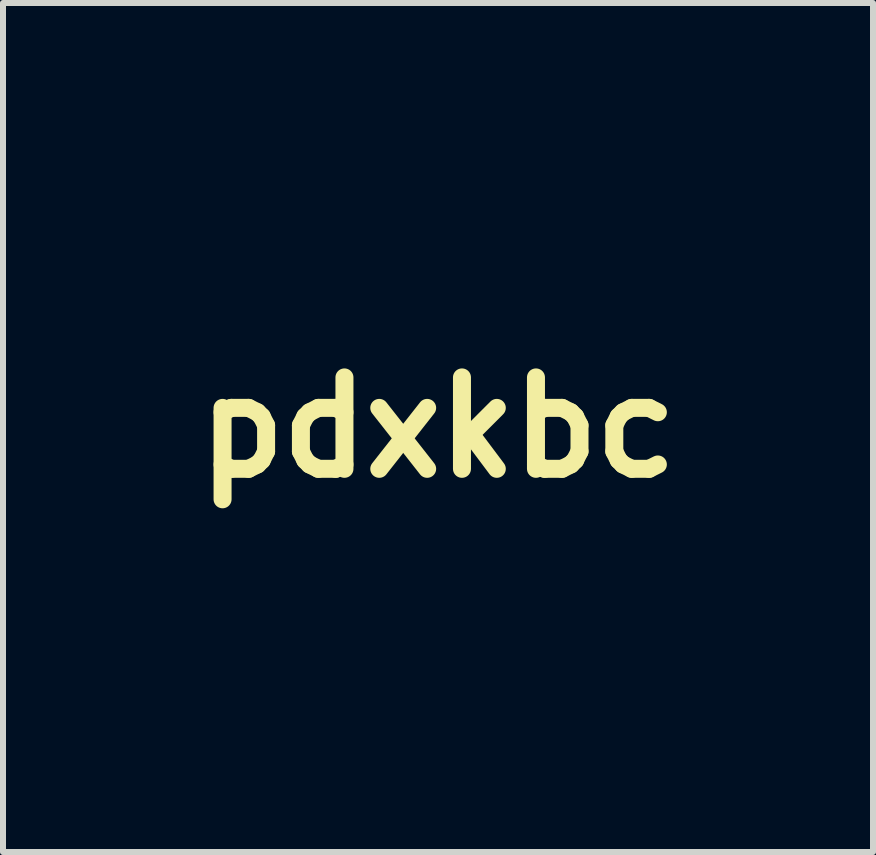
<source format=kicad_pcb>
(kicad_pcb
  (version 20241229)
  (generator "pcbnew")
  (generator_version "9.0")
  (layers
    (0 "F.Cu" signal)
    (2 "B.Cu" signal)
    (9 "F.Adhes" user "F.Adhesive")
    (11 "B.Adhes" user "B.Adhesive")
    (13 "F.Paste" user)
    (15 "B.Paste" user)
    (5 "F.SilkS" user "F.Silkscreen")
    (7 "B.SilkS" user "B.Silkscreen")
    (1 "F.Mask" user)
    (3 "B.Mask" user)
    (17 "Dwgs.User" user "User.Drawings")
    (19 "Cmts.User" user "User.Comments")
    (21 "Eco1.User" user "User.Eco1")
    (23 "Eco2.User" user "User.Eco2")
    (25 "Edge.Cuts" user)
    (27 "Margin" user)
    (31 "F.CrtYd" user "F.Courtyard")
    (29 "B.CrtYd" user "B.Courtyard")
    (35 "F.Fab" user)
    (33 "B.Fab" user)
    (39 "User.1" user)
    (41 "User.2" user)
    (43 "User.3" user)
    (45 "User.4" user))
  (footprint "pdxkbc"
    (layer "F.Cu")
    (at 4.253 4.077)
    (property "Reference" "pdxkbc" (at 0 0 0) (layer "F.SilkS") (effects (font (size 1.524 1.524) (thickness 0.3))))
    (attr through_hole)
    (fp_poly (pts (xy 1.239 -4.005) (xy 1.304 -3.937) (xy 1.304 -2.119) (xy 1.304 -0.3) (xy 1.172 -0.169) (xy -1.304 -0.169) (xy -1.304 -3.421) (xy -0.652 -3.421) (xy -0.652 -0.813) (xy 0.652 -0.813) (xy 0.652 -3.421) (xy -0.652 -3.421) (xy -1.304 -3.421) (xy -1.304 -4.072) (xy 1.175 -4.072) (xy 1.239 -4.005)) (stroke (width 0.01) (type solid)) (fill yes) (layer "F.Mask"))
    (fp_poly (pts (xy 4.233 1.202) (xy 3.581 1.202) (xy 3.581 0.813) (xy 2.278 0.813) (xy 2.278 3.421) (xy 3.581 3.421) (xy 3.581 3.031) (xy 4.233 3.031) (xy 4.233 4.072) (xy 1.756 4.072) (xy 1.626 3.941) (xy 1.626 0.303) (xy 1.691 0.232) (xy 1.757 0.161) (xy 2.995 0.161) (xy 4.233 0.161) (xy 4.233 1.202)) (stroke (width 0.01) (type solid)) (fill yes) (layer "F.Mask"))
    (fp_poly (pts (xy -1.695 -4.007) (xy -1.625 -3.941) (xy -1.628 -3.024) (xy -1.63 -2.106) (xy -2.125 -1.888) (xy -2.231 -1.841) (xy -2.348 -1.789) (xy -2.472 -1.735) (xy -2.6 -1.678) (xy -2.728 -1.622) (xy -2.853 -1.567) (xy -2.97 -1.515) (xy -3.076 -1.468) (xy -3.099 -1.458) (xy -3.577 -1.247) (xy -3.579 -0.708) (xy -3.582 -0.169) (xy -4.233 -0.169) (xy -4.233 -3.421) (xy -3.581 -3.421) (xy -3.581 -1.956) (xy -3.533 -1.977) (xy -3.517 -1.984) (xy -3.488 -1.997) (xy -3.445 -2.016) (xy -3.391 -2.04) (xy -3.327 -2.068) (xy -3.253 -2.1) (xy -3.172 -2.136) (xy -3.085 -2.174) (xy -2.993 -2.215) (xy -2.897 -2.257) (xy -2.883 -2.263) (xy -2.282 -2.528) (xy -2.28 -2.974) (xy -2.277 -3.421) (xy -3.581 -3.421) (xy -4.233 -3.421) (xy -4.233 -4.072) (xy -1.765 -4.072) (xy -1.695 -4.007)) (stroke (width 0.01) (type solid)) (fill yes) (layer "F.Mask"))
    (fp_poly (pts (xy 2.28 -3.419) (xy 2.282 -2.766) (xy 2.931 -2.481) (xy 3.174 -2.588) (xy 3.238 -2.616) (xy 3.302 -2.644) (xy 3.361 -2.67) (xy 3.415 -2.694) (xy 3.459 -2.713) (xy 3.491 -2.728) (xy 3.497 -2.73) (xy 3.577 -2.766) (xy 3.579 -3.419) (xy 3.582 -4.072) (xy 4.233 -4.072) (xy 4.231 -3.225) (xy 4.229 -2.377) (xy 3.909 -2.25) (xy 3.84 -2.222) (xy 3.776 -2.196) (xy 3.719 -2.173) (xy 3.67 -2.152) (xy 3.632 -2.136) (xy 3.605 -2.124) (xy 3.591 -2.118) (xy 3.59 -2.117) (xy 3.598 -2.113) (xy 3.619 -2.104) (xy 3.653 -2.089) (xy 3.698 -2.07) (xy 3.752 -2.048) (xy 3.814 -2.023) (xy 3.881 -1.996) (xy 3.91 -1.985) (xy 4.229 -1.858) (xy 4.231 -1.013) (xy 4.233 -0.169) (xy 3.581 -0.169) (xy 3.581 -0.828) (xy 3.581 -1.486) (xy 3.255 -1.629) (xy 2.93 -1.771) (xy 2.282 -1.485) (xy 2.28 -0.827) (xy 2.277 -0.169) (xy 1.626 -0.169) (xy 1.628 -1.013) (xy 1.63 -1.856) (xy 1.935 -1.978) (xy 2.003 -2.005) (xy 2.067 -2.031) (xy 2.126 -2.054) (xy 2.176 -2.074) (xy 2.216 -2.091) (xy 2.244 -2.102) (xy 2.259 -2.108) (xy 2.261 -2.109) (xy 2.265 -2.112) (xy 2.265 -2.115) (xy 2.259 -2.12) (xy 2.247 -2.128) (xy 2.227 -2.137) (xy 2.197 -2.151) (xy 2.157 -2.167) (xy 2.105 -2.189) (xy 2.04 -2.215) (xy 1.961 -2.247) (xy 1.954 -2.25) (xy 1.626 -2.381) (xy 1.626 -4.072) (xy 2.277 -4.072) (xy 2.28 -3.419)) (stroke (width 0.01) (type solid)) (fill yes) (layer "F.Mask"))
    (fp_poly (pts (xy 1.234 0.231) (xy 1.304 0.301) (xy 1.304 2.096) (xy 1.194 2.151) (xy 1.155 2.17) (xy 1.122 2.187) (xy 1.098 2.2) (xy 1.085 2.208) (xy 1.084 2.21) (xy 1.091 2.214) (xy 1.112 2.224) (xy 1.142 2.237) (xy 1.18 2.252) (xy 1.192 2.257) (xy 1.3 2.299) (xy 1.304 3.93) (xy 1.174 4.072) (xy -1.304 4.072) (xy -1.304 2.798) (xy -0.652 2.798) (xy -0.652 3.421) (xy 0.652 3.421) (xy 0.65 3.076) (xy 0.648 2.731) (xy 0.004 2.454) (xy -0.094 2.411) (xy -0.189 2.371) (xy -0.277 2.333) (xy -0.359 2.298) (xy -0.433 2.266) (xy -0.498 2.239) (xy -0.552 2.215) (xy -0.595 2.197) (xy -0.626 2.184) (xy -0.643 2.178) (xy -0.646 2.176) (xy -0.647 2.185) (xy -0.648 2.208) (xy -0.649 2.246) (xy -0.649 2.297) (xy -0.65 2.36) (xy -0.651 2.433) (xy -0.651 2.515) (xy -0.652 2.605) (xy -0.652 2.701) (xy -0.652 2.798) (xy -1.304 2.798) (xy -1.304 0.813) (xy -0.652 0.813) (xy -0.648 1.466) (xy -0.004 1.744) (xy 0.094 1.787) (xy 0.189 1.828) (xy 0.277 1.866) (xy 0.359 1.901) (xy 0.433 1.933) (xy 0.498 1.961) (xy 0.552 1.984) (xy 0.595 2.002) (xy 0.626 2.015) (xy 0.643 2.022) (xy 0.646 2.023) (xy 0.647 2.015) (xy 0.648 1.991) (xy 0.649 1.953) (xy 0.649 1.902) (xy 0.65 1.84) (xy 0.651 1.767) (xy 0.651 1.685) (xy 0.652 1.596) (xy 0.652 1.501) (xy 0.652 1.418) (xy 0.652 0.813) (xy -0.652 0.813) (xy -1.304 0.813) (xy -1.304 0.161) (xy 1.165 0.161) (xy 1.234 0.231)) (stroke (width 0.01) (type solid)) (fill yes) (layer "F.Mask"))
    (fp_poly (pts (xy -1.632 -1.769) (xy -1.631 -1.744) (xy -1.63 -1.705) (xy -1.629 -1.65) (xy -1.629 -1.58) (xy -1.628 -1.498) (xy -1.627 -1.402) (xy -1.627 -1.293) (xy -1.626 -1.173) (xy -1.626 -1.042) (xy -1.626 -0.901) (xy -1.626 -0.749) (xy -1.626 -0.633) (xy -1.626 0.513) (xy -1.97 0.665) (xy -2.041 0.697) (xy -2.108 0.727) (xy -2.167 0.754) (xy -2.219 0.778) (xy -2.26 0.798) (xy -2.291 0.813) (xy -2.309 0.822) (xy -2.312 0.826) (xy -2.305 0.831) (xy -2.283 0.841) (xy -2.248 0.858) (xy -2.203 0.878) (xy -2.149 0.903) (xy -2.087 0.93) (xy -2.019 0.96) (xy -1.968 0.982) (xy -1.626 1.129) (xy -1.626 4.072) (xy -2.277 4.072) (xy -2.28 2.819) (xy -2.282 1.565) (xy -2.929 1.282) (xy -3.027 1.239) (xy -3.122 1.198) (xy -3.21 1.159) (xy -3.292 1.123) (xy -3.366 1.091) (xy -3.431 1.063) (xy -3.485 1.039) (xy -3.528 1.021) (xy -3.559 1.007) (xy -3.575 1) (xy -3.579 0.999) (xy -3.579 1.007) (xy -3.579 1.032) (xy -3.579 1.071) (xy -3.58 1.126) (xy -3.58 1.193) (xy -3.58 1.274) (xy -3.58 1.366) (xy -3.581 1.469) (xy -3.581 1.583) (xy -3.581 1.706) (xy -3.581 1.837) (xy -3.581 1.976) (xy -3.581 2.122) (xy -3.581 2.274) (xy -3.581 2.431) (xy -3.581 2.536) (xy -3.581 4.072) (xy -4.233 4.072) (xy -4.233 0.161) (xy -3.581 0.161) (xy -3.581 0.222) (xy -3.581 0.284) (xy -3.423 0.353) (xy -3.37 0.376) (xy -3.318 0.399) (xy -3.271 0.42) (xy -3.232 0.437) (xy -3.205 0.449) (xy -3.205 0.449) (xy -3.145 0.475) (xy -2.714 0.285) (xy -2.282 0.094) (xy -2.279 -0.7) (xy -2.277 -1.494) (xy -1.959 -1.634) (xy -1.89 -1.664) (xy -1.826 -1.692) (xy -1.768 -1.718) (xy -1.719 -1.739) (xy -1.679 -1.757) (xy -1.651 -1.769) (xy -1.635 -1.776) (xy -1.633 -1.777) (xy -1.632 -1.769)) (stroke (width 0.01) (type solid)) (fill yes) (layer "F.Mask")))
  (gr_rect
    (start -3 -3)
    (end 11.505 11.155)
    (stroke (width 0.1) (type default))
    (fill no)
    (layer "Edge.Cuts")))
</source>
